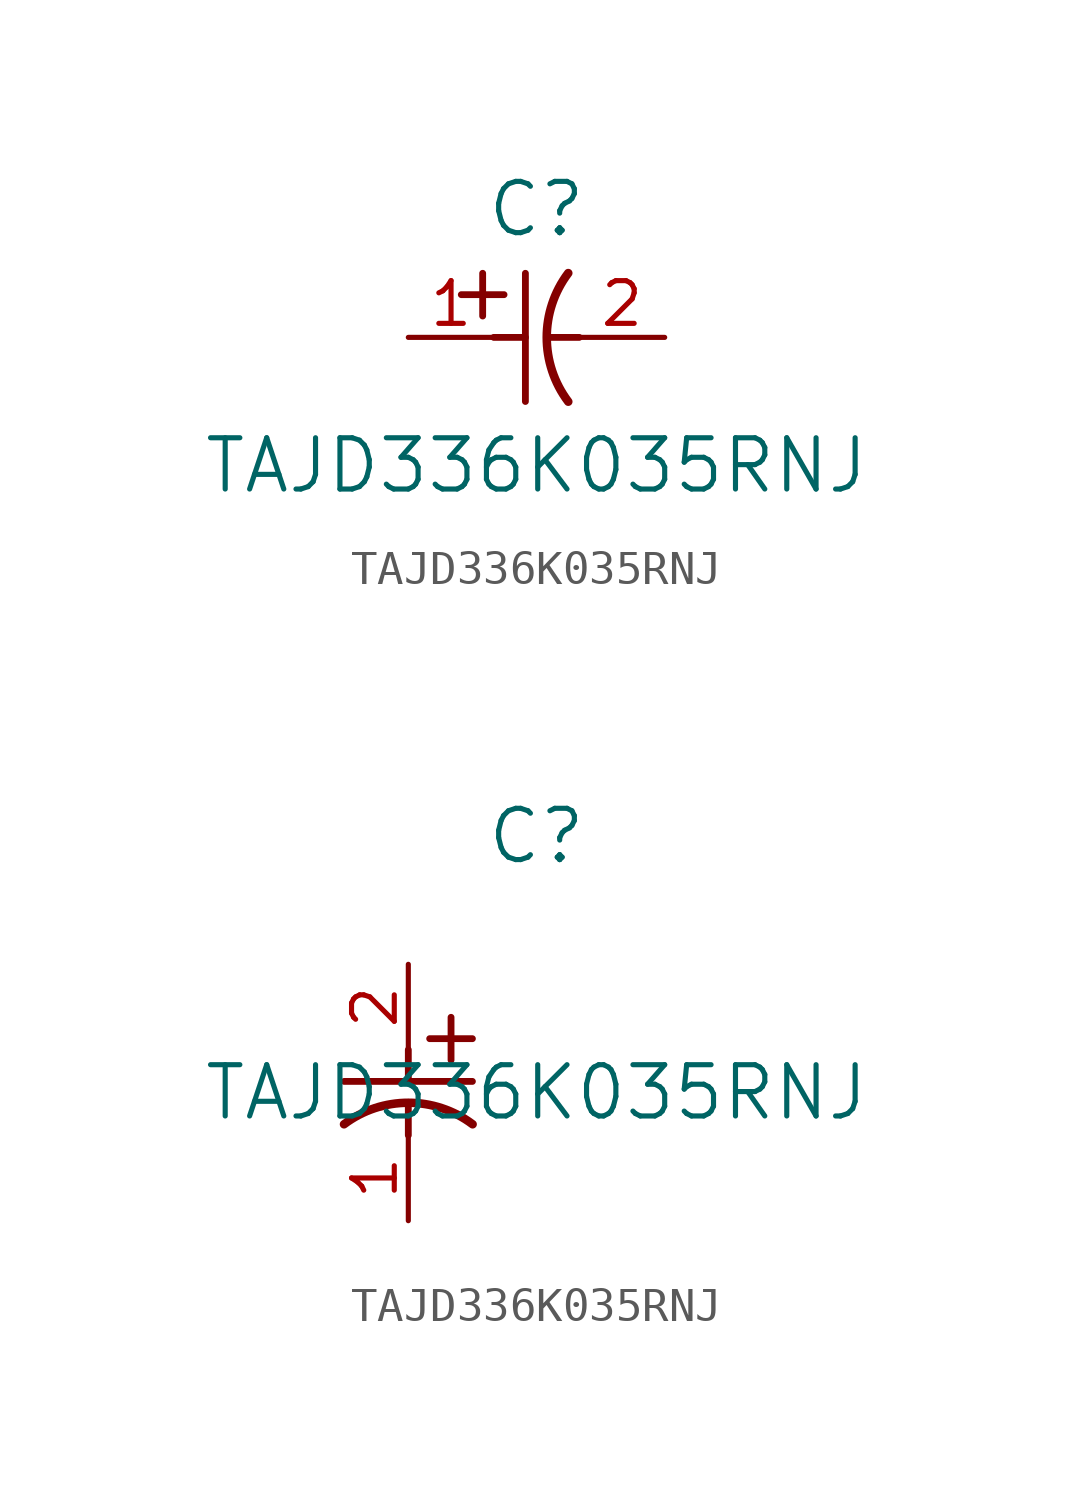
<source format=kicad_sym>
(kicad_symbol_lib
  (version 20211014)
  (generator kicad_symbol_editor)
  (symbol "TAJD336K035RNJ"
    (pin_names
      (offset 0.254))
    (property "Reference" "C"
      (at 3.81 3.81 0)
      (effects (font (size 1.524 1.524))))
    (property "Value" "TAJD336K035RNJ"
      (at 3.81 -3.81 0)
      (effects (font (size 1.524 1.524))))
    (symbol "TAJD336K035RNJ_1_1"
      (polyline (pts (xy 2.21 0.635) (xy 2.21 1.905)) (stroke (width 0.203) (type default) (color 0 0 0 0)) (fill (type none)))
      (arc (start 4.754132 1.910763) (mid 4.1148 0) (end 4.754132 -1.910763) (stroke (width 0.254) (type default) (color 0 0 0 0)) (fill (type none)))
      (polyline (pts (xy 4.115 0) (xy 5.08 0)) (stroke (width 0.203) (type default) (color 0 0 0 0)) (fill (type none)))
      (polyline (pts (xy 3.48 -1.905) (xy 3.48 1.905)) (stroke (width 0.203) (type default) (color 0 0 0 0)) (fill (type none)))
      (polyline (pts (xy 1.575 1.27) (xy 2.845 1.27)) (stroke (width 0.203) (type default) (color 0 0 0 0)) (fill (type none)))
      (polyline (pts (xy 2.54 0) (xy 3.48 0)) (stroke (width 0.203) (type default) (color 0 0 0 0)) (fill (type none)))
      (pin unspecified line (at 0 0 0) (length 2.54) (name "" (effects (font (size 1.27 1.27)))) (number "1" (effects (font (size 1.27 1.27)))))
      (pin unspecified line (at 7.62 0 180) (length 2.54) (name "" (effects (font (size 1.27 1.27)))) (number "2" (effects (font (size 1.27 1.27))))))
    (symbol "TAJD336K035RNJ_1_2"
      (polyline (pts (xy 0 -2.54) (xy 0 -3.48)) (stroke (width 0.203) (type default) (color 0 0 0 0)) (fill (type none)))
      (arc (start 1.910763 -4.754132) (mid 0 -4.1148) (end -1.910763 -4.754132) (stroke (width 0.254) (type default) (color 0 0 0 0)) (fill (type none)))
      (polyline (pts (xy -1.905 -3.48) (xy 1.905 -3.48)) (stroke (width 0.203) (type default) (color 0 0 0 0)) (fill (type none)))
      (polyline (pts (xy 0.635 -2.21) (xy 1.905 -2.21)) (stroke (width 0.203) (type default) (color 0 0 0 0)) (fill (type none)))
      (polyline (pts (xy 1.27 -1.575) (xy 1.27 -2.845)) (stroke (width 0.203) (type default) (color 0 0 0 0)) (fill (type none)))
      (polyline (pts (xy 0 -4.115) (xy 0 -5.08)) (stroke (width 0.203) (type default) (color 0 0 0 0)) (fill (type none)))
      (pin unspecified line (at 0 -7.62 90) (length 2.54) (name "" (effects (font (size 1.27 1.27)))) (number "1" (effects (font (size 1.27 1.27)))))
      (pin unspecified line (at 0 0 270) (length 2.54) (name "" (effects (font (size 1.27 1.27)))) (number "2" (effects (font (size 1.27 1.27))))))))
</source>
